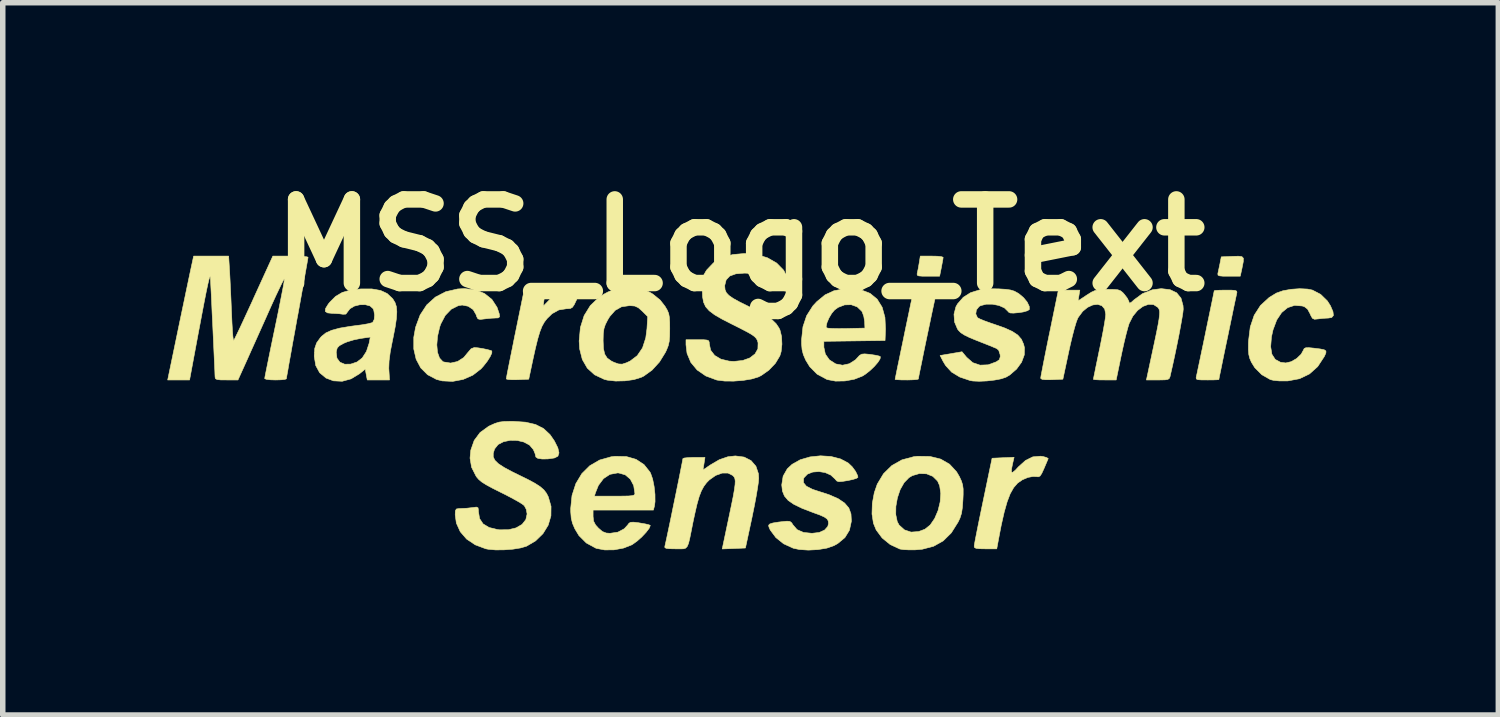
<source format=kicad_pcb>
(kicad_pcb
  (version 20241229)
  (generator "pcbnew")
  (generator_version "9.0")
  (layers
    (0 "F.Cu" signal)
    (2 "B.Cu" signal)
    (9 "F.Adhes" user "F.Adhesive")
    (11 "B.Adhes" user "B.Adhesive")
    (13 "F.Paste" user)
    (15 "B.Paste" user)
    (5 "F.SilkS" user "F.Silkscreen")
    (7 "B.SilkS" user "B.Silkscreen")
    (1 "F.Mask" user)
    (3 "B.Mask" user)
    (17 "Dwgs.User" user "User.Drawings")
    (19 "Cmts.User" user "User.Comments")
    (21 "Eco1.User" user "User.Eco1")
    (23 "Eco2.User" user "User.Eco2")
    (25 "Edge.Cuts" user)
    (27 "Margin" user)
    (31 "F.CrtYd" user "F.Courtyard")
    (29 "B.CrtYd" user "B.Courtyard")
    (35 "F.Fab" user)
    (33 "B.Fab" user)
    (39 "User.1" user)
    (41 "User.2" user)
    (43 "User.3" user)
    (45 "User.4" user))
  (footprint "MSS_Logo_Text"
    (layer "F.Cu")
    (at 10.437 1.418)
    (property "Reference" "MSS_Logo_Text" (at 0 0 0) (layer "F.SilkS") (effects (font (size 1.524 1.524) (thickness 0.3))))
    (attr through_hole)
    (fp_poly (pts (xy 9.141 0.208) (xy 9.168 0.237) (xy 9.166 0.3) (xy 9.145 0.406) (xy 9.142 0.422) (xy 9.111 0.564) (xy 8.901 0.564) (xy 8.794 0.564) (xy 8.733 0.558) (xy 8.706 0.546) (xy 8.702 0.521) (xy 8.706 0.501) (xy 8.721 0.431) (xy 8.74 0.341) (xy 8.743 0.325) (xy 8.765 0.212) (xy 8.969 0.203) (xy 9.078 0.2) (xy 9.141 0.208)) (stroke (width 0.01) (type solid)) (fill yes) (layer "F.SilkS"))
    (fp_poly (pts (xy 3.589 0.2) (xy 3.663 0.208) (xy 3.696 0.219) (xy 3.697 0.221) (xy 3.692 0.26) (xy 3.678 0.335) (xy 3.665 0.405) (xy 3.633 0.564) (xy 3.422 0.564) (xy 3.315 0.564) (xy 3.253 0.559) (xy 3.226 0.546) (xy 3.223 0.522) (xy 3.227 0.501) (xy 3.242 0.432) (xy 3.258 0.341) (xy 3.262 0.318) (xy 3.281 0.198) (xy 3.489 0.198) (xy 3.589 0.2)) (stroke (width 0.01) (type solid)) (fill yes) (layer "F.SilkS"))
    (fp_poly (pts (xy -2.99 0.796) (xy -2.943 0.818) (xy -2.935 0.865) (xy -2.962 0.947) (xy -2.983 0.996) (xy -3.025 1.084) (xy -3.058 1.132) (xy -3.096 1.153) (xy -3.153 1.157) (xy -3.166 1.157) (xy -3.305 1.179) (xy -3.429 1.248) (xy -3.52 1.337) (xy -3.569 1.401) (xy -3.612 1.478) (xy -3.651 1.578) (xy -3.69 1.709) (xy -3.732 1.879) (xy -3.776 2.078) (xy -3.853 2.441) (xy -4.057 2.45) (xy -4.156 2.451) (xy -4.229 2.446) (xy -4.262 2.437) (xy -4.262 2.435) (xy -4.257 2.403) (xy -4.242 2.322) (xy -4.218 2.201) (xy -4.187 2.046) (xy -4.15 1.864) (xy -4.11 1.662) (xy -4.1 1.616) (xy -3.937 0.819) (xy -3.744 0.818) (xy -3.551 0.818) (xy -3.571 0.966) (xy -3.591 1.113) (xy -3.461 0.979) (xy -3.354 0.88) (xy -3.258 0.821) (xy -3.157 0.795) (xy -3.081 0.791) (xy -2.99 0.796)) (stroke (width 0.01) (type solid)) (fill yes) (layer "F.SilkS"))
    (fp_poly (pts (xy 3.483 0.82) (xy 3.545 0.826) (xy 3.572 0.838) (xy 3.575 0.861) (xy 3.573 0.868) (xy 3.564 0.907) (xy 3.545 0.991) (xy 3.519 1.112) (xy 3.487 1.261) (xy 3.452 1.43) (xy 3.414 1.609) (xy 3.376 1.791) (xy 3.34 1.965) (xy 3.308 2.125) (xy 3.28 2.26) (xy 3.259 2.363) (xy 3.248 2.425) (xy 3.246 2.438) (xy 3.22 2.446) (xy 3.151 2.452) (xy 3.054 2.455) (xy 3.034 2.455) (xy 2.933 2.454) (xy 2.858 2.45) (xy 2.823 2.445) (xy 2.822 2.444) (xy 2.828 2.415) (xy 2.843 2.339) (xy 2.866 2.225) (xy 2.896 2.082) (xy 2.93 1.917) (xy 2.967 1.741) (xy 3.004 1.56) (xy 3.041 1.384) (xy 3.075 1.222) (xy 3.104 1.081) (xy 3.128 0.971) (xy 3.143 0.9) (xy 3.147 0.882) (xy 3.159 0.85) (xy 3.184 0.831) (xy 3.236 0.821) (xy 3.326 0.819) (xy 3.375 0.818) (xy 3.483 0.82)) (stroke (width 0.01) (type solid)) (fill yes) (layer "F.SilkS"))
    (fp_poly (pts (xy 8.956 0.819) (xy 9.018 0.824) (xy 9.046 0.837) (xy 9.05 0.861) (xy 9.045 0.882) (xy 9.036 0.926) (xy 9.017 1.014) (xy 8.991 1.137) (xy 8.96 1.288) (xy 8.925 1.456) (xy 8.888 1.635) (xy 8.85 1.815) (xy 8.814 1.988) (xy 8.782 2.145) (xy 8.755 2.278) (xy 8.734 2.378) (xy 8.723 2.436) (xy 8.721 2.448) (xy 8.695 2.451) (xy 8.626 2.454) (xy 8.529 2.455) (xy 8.508 2.455) (xy 8.401 2.454) (xy 8.339 2.45) (xy 8.311 2.437) (xy 8.307 2.413) (xy 8.311 2.392) (xy 8.322 2.343) (xy 8.341 2.252) (xy 8.368 2.125) (xy 8.4 1.972) (xy 8.436 1.802) (xy 8.473 1.623) (xy 8.51 1.443) (xy 8.546 1.271) (xy 8.578 1.116) (xy 8.605 0.987) (xy 8.624 0.891) (xy 8.635 0.838) (xy 8.636 0.83) (xy 8.662 0.824) (xy 8.731 0.82) (xy 8.828 0.818) (xy 8.848 0.818) (xy 8.956 0.819)) (stroke (width 0.01) (type solid)) (fill yes) (layer "F.SilkS"))
    (fp_poly (pts (xy 5.517 3.85) (xy 5.581 3.868) (xy 5.611 3.886) (xy 5.611 3.89) (xy 5.596 3.925) (xy 5.566 3.996) (xy 5.534 4.071) (xy 5.493 4.16) (xy 5.462 4.206) (xy 5.43 4.22) (xy 5.401 4.216) (xy 5.331 4.214) (xy 5.246 4.23) (xy 5.238 4.232) (xy 5.139 4.275) (xy 5.054 4.334) (xy 4.982 4.417) (xy 4.919 4.528) (xy 4.863 4.675) (xy 4.81 4.862) (xy 4.757 5.096) (xy 4.723 5.271) (xy 4.674 5.532) (xy 4.468 5.532) (xy 4.36 5.53) (xy 4.298 5.523) (xy 4.269 5.508) (xy 4.263 5.482) (xy 4.269 5.442) (xy 4.285 5.355) (xy 4.31 5.228) (xy 4.342 5.068) (xy 4.38 4.883) (xy 4.422 4.681) (xy 4.427 4.657) (xy 4.589 3.881) (xy 4.789 3.872) (xy 4.99 3.864) (xy 4.965 3.971) (xy 4.943 4.078) (xy 4.942 4.133) (xy 4.964 4.139) (xy 5.014 4.098) (xy 5.068 4.039) (xy 5.199 3.921) (xy 5.331 3.856) (xy 5.471 3.844) (xy 5.517 3.85)) (stroke (width 0.01) (type solid)) (fill yes) (layer "F.SilkS"))
    (fp_poly (pts (xy -4.827 0.813) (xy -4.659 0.88) (xy -4.525 0.987) (xy -4.431 1.131) (xy -4.391 1.249) (xy -4.384 1.304) (xy -4.41 1.324) (xy -4.455 1.326) (xy -4.535 1.33) (xy -4.635 1.34) (xy -4.66 1.343) (xy -4.738 1.352) (xy -4.778 1.342) (xy -4.8 1.304) (xy -4.812 1.266) (xy -4.866 1.173) (xy -4.956 1.112) (xy -5.065 1.09) (xy -5.136 1.101) (xy -5.266 1.166) (xy -5.375 1.28) (xy -5.457 1.436) (xy -5.476 1.491) (xy -5.515 1.659) (xy -5.528 1.816) (xy -5.516 1.951) (xy -5.479 2.055) (xy -5.42 2.119) (xy -5.403 2.127) (xy -5.277 2.147) (xy -5.151 2.119) (xy -5.038 2.047) (xy -4.968 1.962) (xy -4.903 1.886) (xy -4.845 1.864) (xy -4.775 1.87) (xy -4.688 1.884) (xy -4.604 1.902) (xy -4.543 1.919) (xy -4.526 1.927) (xy -4.526 1.964) (xy -4.556 2.03) (xy -4.609 2.114) (xy -4.678 2.202) (xy -4.722 2.251) (xy -4.871 2.367) (xy -5.048 2.445) (xy -5.239 2.481) (xy -5.429 2.472) (xy -5.535 2.445) (xy -5.697 2.359) (xy -5.821 2.235) (xy -5.905 2.077) (xy -5.948 1.89) (xy -5.948 1.679) (xy -5.915 1.495) (xy -5.832 1.271) (xy -5.711 1.087) (xy -5.554 0.945) (xy -5.365 0.847) (xy -5.148 0.797) (xy -5.026 0.79) (xy -4.827 0.813)) (stroke (width 0.01) (type solid)) (fill yes) (layer "F.SilkS"))
    (fp_poly (pts (xy 3.459 3.849) (xy 3.653 3.897) (xy 3.814 3.99) (xy 3.941 4.127) (xy 3.994 4.217) (xy 4.031 4.298) (xy 4.052 4.366) (xy 4.062 4.441) (xy 4.062 4.541) (xy 4.058 4.636) (xy 4.048 4.778) (xy 4.032 4.884) (xy 4.004 4.972) (xy 3.97 5.044) (xy 3.846 5.241) (xy 3.698 5.387) (xy 3.523 5.485) (xy 3.317 5.539) (xy 3.193 5.55) (xy 3.078 5.551) (xy 2.977 5.546) (xy 2.911 5.536) (xy 2.907 5.535) (xy 2.732 5.453) (xy 2.586 5.334) (xy 2.477 5.187) (xy 2.427 5.065) (xy 2.403 4.908) (xy 2.834 4.908) (xy 2.861 5.036) (xy 2.895 5.099) (xy 2.993 5.187) (xy 3.113 5.227) (xy 3.251 5.217) (xy 3.366 5.174) (xy 3.462 5.097) (xy 3.543 4.979) (xy 3.605 4.834) (xy 3.643 4.677) (xy 3.654 4.522) (xy 3.634 4.383) (xy 3.596 4.297) (xy 3.509 4.211) (xy 3.395 4.165) (xy 3.266 4.16) (xy 3.136 4.198) (xy 3.074 4.235) (xy 2.986 4.326) (xy 2.914 4.453) (xy 2.864 4.602) (xy 2.836 4.759) (xy 2.834 4.908) (xy 2.403 4.908) (xy 2.401 4.896) (xy 2.407 4.703) (xy 2.443 4.509) (xy 2.497 4.353) (xy 2.611 4.163) (xy 2.762 4.015) (xy 2.946 3.911) (xy 3.162 3.853) (xy 3.233 3.845) (xy 3.459 3.849)) (stroke (width 0.01) (type solid)) (fill yes) (layer "F.SilkS"))
    (fp_poly (pts (xy 10.338 0.799) (xy 10.425 0.817) (xy 10.575 0.895) (xy 10.698 1.015) (xy 10.754 1.103) (xy 10.8 1.21) (xy 10.808 1.28) (xy 10.777 1.317) (xy 10.717 1.327) (xy 10.621 1.332) (xy 10.527 1.343) (xy 10.464 1.349) (xy 10.426 1.332) (xy 10.396 1.279) (xy 10.381 1.245) (xy 10.337 1.164) (xy 10.28 1.12) (xy 10.24 1.107) (xy 10.101 1.096) (xy 9.975 1.137) (xy 9.865 1.227) (xy 9.775 1.362) (xy 9.708 1.541) (xy 9.679 1.671) (xy 9.665 1.849) (xy 9.687 1.986) (xy 9.748 2.081) (xy 9.845 2.133) (xy 9.94 2.145) (xy 10.038 2.122) (xy 10.139 2.064) (xy 10.221 1.985) (xy 10.26 1.914) (xy 10.276 1.882) (xy 10.306 1.868) (xy 10.364 1.867) (xy 10.447 1.875) (xy 10.567 1.89) (xy 10.64 1.905) (xy 10.672 1.927) (xy 10.671 1.963) (xy 10.647 2.018) (xy 10.64 2.031) (xy 10.521 2.212) (xy 10.372 2.345) (xy 10.191 2.432) (xy 9.979 2.472) (xy 9.948 2.473) (xy 9.826 2.473) (xy 9.717 2.462) (xy 9.659 2.448) (xy 9.504 2.36) (xy 9.376 2.232) (xy 9.314 2.132) (xy 9.283 2.06) (xy 9.266 1.99) (xy 9.259 1.903) (xy 9.26 1.782) (xy 9.262 1.742) (xy 9.293 1.49) (xy 9.365 1.276) (xy 9.48 1.097) (xy 9.638 0.952) (xy 9.771 0.871) (xy 9.887 0.83) (xy 10.036 0.803) (xy 10.193 0.792) (xy 10.338 0.799)) (stroke (width 0.01) (type solid)) (fill yes) (layer "F.SilkS"))
    (fp_poly (pts (xy 0.071 3.86) (xy 0.197 3.924) (xy 0.286 4.027) (xy 0.332 4.164) (xy 0.337 4.247) (xy 0.331 4.319) (xy 0.314 4.434) (xy 0.289 4.582) (xy 0.257 4.752) (xy 0.22 4.932) (xy 0.216 4.953) (xy 0.095 5.517) (xy -0.117 5.526) (xy -0.328 5.534) (xy -0.207 4.961) (xy -0.162 4.746) (xy -0.128 4.579) (xy -0.106 4.453) (xy -0.094 4.362) (xy -0.091 4.297) (xy -0.097 4.253) (xy -0.112 4.222) (xy -0.134 4.197) (xy -0.136 4.195) (xy -0.224 4.151) (xy -0.331 4.152) (xy -0.447 4.194) (xy -0.562 4.275) (xy -0.614 4.328) (xy -0.664 4.395) (xy -0.708 4.476) (xy -0.748 4.58) (xy -0.787 4.717) (xy -0.828 4.895) (xy -0.859 5.039) (xy -0.894 5.216) (xy -0.92 5.344) (xy -0.942 5.433) (xy -0.966 5.489) (xy -0.994 5.519) (xy -1.033 5.531) (xy -1.088 5.533) (xy -1.161 5.532) (xy -1.176 5.532) (xy -1.284 5.53) (xy -1.345 5.524) (xy -1.372 5.511) (xy -1.374 5.488) (xy -1.372 5.482) (xy -1.363 5.441) (xy -1.344 5.356) (xy -1.318 5.233) (xy -1.286 5.082) (xy -1.251 4.913) (xy -1.214 4.732) (xy -1.176 4.549) (xy -1.14 4.372) (xy -1.107 4.211) (xy -1.08 4.073) (xy -1.059 3.968) (xy -1.047 3.903) (xy -1.044 3.887) (xy -1.018 3.877) (xy -0.95 3.87) (xy -0.854 3.866) (xy -0.843 3.866) (xy -0.642 3.866) (xy -0.66 3.981) (xy -0.679 4.096) (xy -0.545 4.004) (xy -0.379 3.907) (xy -0.224 3.854) (xy -0.089 3.839) (xy 0.071 3.86)) (stroke (width 0.01) (type solid)) (fill yes) (layer "F.SilkS"))
    (fp_poly (pts (xy 2.199 0.812) (xy 2.366 0.877) (xy 2.495 0.983) (xy 2.586 1.13) (xy 2.637 1.315) (xy 2.647 1.528) (xy 2.639 1.736) (xy 1.524 1.751) (xy 1.524 1.859) (xy 1.551 1.984) (xy 1.625 2.089) (xy 1.741 2.163) (xy 1.864 2.186) (xy 1.989 2.159) (xy 2.1 2.088) (xy 2.129 2.057) (xy 2.173 2.009) (xy 2.213 1.985) (xy 2.268 1.98) (xy 2.358 1.988) (xy 2.371 1.99) (xy 2.463 2.004) (xy 2.53 2.019) (xy 2.554 2.031) (xy 2.548 2.071) (xy 2.508 2.134) (xy 2.443 2.209) (xy 2.363 2.285) (xy 2.279 2.351) (xy 2.228 2.383) (xy 2.078 2.442) (xy 1.908 2.473) (xy 1.737 2.476) (xy 1.588 2.448) (xy 1.573 2.442) (xy 1.401 2.349) (xy 1.267 2.214) (xy 1.193 2.093) (xy 1.15 1.993) (xy 1.127 1.903) (xy 1.118 1.797) (xy 1.118 1.722) (xy 1.143 1.487) (xy 1.146 1.477) (xy 1.566 1.477) (xy 1.571 1.504) (xy 1.603 1.512) (xy 1.68 1.517) (xy 1.79 1.519) (xy 1.923 1.518) (xy 1.928 1.518) (xy 2.272 1.51) (xy 2.267 1.392) (xy 2.252 1.298) (xy 2.223 1.217) (xy 2.216 1.204) (xy 2.132 1.123) (xy 2.023 1.084) (xy 1.902 1.087) (xy 1.783 1.133) (xy 1.719 1.18) (xy 1.666 1.243) (xy 1.617 1.326) (xy 1.581 1.41) (xy 1.566 1.477) (xy 1.146 1.477) (xy 1.21 1.285) (xy 1.323 1.107) (xy 1.395 1.029) (xy 1.545 0.905) (xy 1.709 0.829) (xy 1.899 0.794) (xy 1.996 0.79) (xy 2.199 0.812)) (stroke (width 0.01) (type solid)) (fill yes) (layer "F.SilkS"))
    (fp_poly (pts (xy -1.894 0.805) (xy -1.8 0.81) (xy -1.731 0.822) (xy -1.674 0.844) (xy -1.612 0.878) (xy -1.593 0.89) (xy -1.459 0.999) (xy -1.37 1.113) (xy -1.329 1.183) (xy -1.304 1.243) (xy -1.291 1.312) (xy -1.285 1.406) (xy -1.284 1.522) (xy -1.286 1.657) (xy -1.294 1.754) (xy -1.312 1.832) (xy -1.343 1.91) (xy -1.363 1.952) (xy -1.471 2.127) (xy -1.606 2.275) (xy -1.757 2.384) (xy -1.802 2.406) (xy -1.936 2.448) (xy -2.1 2.471) (xy -2.27 2.475) (xy -2.422 2.458) (xy -2.477 2.444) (xy -2.653 2.361) (xy -2.786 2.24) (xy -2.877 2.082) (xy -2.926 1.888) (xy -2.935 1.746) (xy -2.934 1.74) (xy -2.498 1.74) (xy -2.492 1.884) (xy -2.469 1.985) (xy -2.424 2.056) (xy -2.349 2.11) (xy -2.3 2.134) (xy -2.219 2.163) (xy -2.15 2.167) (xy -2.073 2.142) (xy -2.005 2.11) (xy -1.876 2.012) (xy -1.78 1.871) (xy -1.721 1.689) (xy -1.699 1.521) (xy -1.686 1.3) (xy -1.786 1.2) (xy -1.857 1.138) (xy -1.922 1.108) (xy -2.009 1.101) (xy -2.019 1.101) (xy -2.161 1.121) (xy -2.278 1.186) (xy -2.378 1.3) (xy -2.415 1.361) (xy -2.458 1.446) (xy -2.483 1.522) (xy -2.495 1.611) (xy -2.498 1.733) (xy -2.498 1.74) (xy -2.934 1.74) (xy -2.912 1.499) (xy -2.844 1.283) (xy -2.731 1.1) (xy -2.576 0.951) (xy -2.484 0.892) (xy -2.41 0.852) (xy -2.347 0.827) (xy -2.279 0.813) (xy -2.19 0.806) (xy -2.063 0.804) (xy -2.03 0.804) (xy -1.894 0.805)) (stroke (width 0.01) (type solid)) (fill yes) (layer "F.SilkS"))
    (fp_poly (pts (xy -2.073 3.851) (xy -1.897 3.902) (xy -1.753 3.997) (xy -1.644 4.134) (xy -1.632 4.157) (xy -1.596 4.26) (xy -1.569 4.395) (xy -1.553 4.54) (xy -1.552 4.673) (xy -1.563 4.753) (xy -1.582 4.826) (xy -2.681 4.826) (xy -2.681 4.942) (xy -2.672 5.027) (xy -2.636 5.096) (xy -2.585 5.153) (xy -2.511 5.217) (xy -2.441 5.244) (xy -2.372 5.249) (xy -2.229 5.228) (xy -2.113 5.166) (xy -2.053 5.101) (xy -2.026 5.065) (xy -1.995 5.048) (xy -1.944 5.046) (xy -1.857 5.056) (xy -1.823 5.062) (xy -1.729 5.078) (xy -1.663 5.094) (xy -1.638 5.106) (xy -1.66 5.159) (xy -1.716 5.232) (xy -1.792 5.313) (xy -1.878 5.39) (xy -1.96 5.449) (xy -1.976 5.459) (xy -2.126 5.518) (xy -2.298 5.55) (xy -2.469 5.552) (xy -2.618 5.524) (xy -2.632 5.519) (xy -2.804 5.425) (xy -2.939 5.29) (xy -3.012 5.169) (xy -3.056 5.067) (xy -3.079 4.973) (xy -3.088 4.862) (xy -3.089 4.798) (xy -3.066 4.572) (xy -2.657 4.572) (xy -2.288 4.572) (xy -2.137 4.571) (xy -2.034 4.569) (xy -1.969 4.563) (xy -1.934 4.552) (xy -1.921 4.536) (xy -1.919 4.523) (xy -1.941 4.379) (xy -2.002 4.263) (xy -2.094 4.184) (xy -2.212 4.15) (xy -2.236 4.149) (xy -2.375 4.175) (xy -2.491 4.252) (xy -2.584 4.376) (xy -2.637 4.508) (xy -2.657 4.572) (xy -3.066 4.572) (xy -3.064 4.557) (xy -2.995 4.344) (xy -2.886 4.162) (xy -2.741 4.018) (xy -2.562 3.914) (xy -2.353 3.855) (xy -2.279 3.846) (xy -2.073 3.851)) (stroke (width 0.01) (type solid)) (fill yes) (layer "F.SilkS"))
    (fp_poly (pts (xy 1.653 3.849) (xy 1.828 3.894) (xy 1.969 3.969) (xy 2.041 4.038) (xy 2.102 4.121) (xy 2.139 4.198) (xy 2.145 4.229) (xy 2.119 4.247) (xy 2.052 4.268) (xy 1.959 4.288) (xy 1.958 4.288) (xy 1.858 4.304) (xy 1.797 4.308) (xy 1.762 4.297) (xy 1.736 4.27) (xy 1.729 4.26) (xy 1.651 4.188) (xy 1.547 4.142) (xy 1.433 4.124) (xy 1.321 4.133) (xy 1.226 4.17) (xy 1.163 4.235) (xy 1.154 4.255) (xy 1.153 4.327) (xy 1.206 4.391) (xy 1.315 4.447) (xy 1.403 4.476) (xy 1.619 4.546) (xy 1.784 4.618) (xy 1.902 4.698) (xy 1.979 4.788) (xy 2.018 4.895) (xy 2.025 5.021) (xy 2.025 5.03) (xy 1.99 5.192) (xy 1.908 5.326) (xy 1.777 5.435) (xy 1.707 5.474) (xy 1.578 5.519) (xy 1.415 5.546) (xy 1.241 5.555) (xy 1.076 5.544) (xy 0.965 5.52) (xy 0.791 5.44) (xy 0.649 5.326) (xy 0.547 5.189) (xy 0.522 5.132) (xy 0.518 5.101) (xy 0.539 5.079) (xy 0.595 5.061) (xy 0.694 5.045) (xy 0.763 5.037) (xy 0.853 5.028) (xy 0.905 5.033) (xy 0.936 5.056) (xy 0.96 5.094) (xy 1.036 5.182) (xy 1.152 5.233) (xy 1.307 5.249) (xy 1.438 5.234) (xy 1.537 5.19) (xy 1.596 5.124) (xy 1.609 5.067) (xy 1.603 5.021) (xy 1.58 4.985) (xy 1.531 4.951) (xy 1.445 4.913) (xy 1.326 4.87) (xy 1.128 4.794) (xy 0.979 4.722) (xy 0.874 4.65) (xy 0.806 4.57) (xy 0.769 4.479) (xy 0.757 4.37) (xy 0.757 4.364) (xy 0.782 4.207) (xy 0.857 4.075) (xy 0.944 3.993) (xy 1.093 3.909) (xy 1.271 3.857) (xy 1.463 3.837) (xy 1.653 3.849)) (stroke (width 0.01) (type solid)) (fill yes) (layer "F.SilkS"))
    (fp_poly (pts (xy 4.703 0.795) (xy 4.834 0.803) (xy 4.926 0.816) (xy 4.995 0.837) (xy 5.058 0.872) (xy 5.076 0.883) (xy 5.161 0.954) (xy 5.228 1.035) (xy 5.266 1.114) (xy 5.268 1.171) (xy 5.233 1.194) (xy 5.156 1.216) (xy 5.078 1.228) (xy 4.978 1.237) (xy 4.919 1.234) (xy 4.887 1.217) (xy 4.877 1.203) (xy 4.814 1.142) (xy 4.715 1.098) (xy 4.598 1.075) (xy 4.48 1.075) (xy 4.38 1.101) (xy 4.353 1.116) (xy 4.303 1.178) (xy 4.292 1.252) (xy 4.321 1.317) (xy 4.329 1.324) (xy 4.372 1.346) (xy 4.455 1.38) (xy 4.563 1.419) (xy 4.632 1.442) (xy 4.819 1.508) (xy 4.958 1.571) (xy 5.057 1.637) (xy 5.123 1.713) (xy 5.163 1.803) (xy 5.179 1.868) (xy 5.176 1.998) (xy 5.126 2.132) (xy 5.035 2.257) (xy 4.911 2.364) (xy 4.841 2.405) (xy 4.755 2.434) (xy 4.633 2.457) (xy 4.494 2.473) (xy 4.356 2.479) (xy 4.24 2.474) (xy 4.191 2.466) (xy 3.999 2.401) (xy 3.852 2.312) (xy 3.743 2.193) (xy 3.696 2.115) (xy 3.642 2.009) (xy 4.041 1.941) (xy 4.125 2.042) (xy 4.237 2.14) (xy 4.37 2.185) (xy 4.518 2.179) (xy 4.665 2.125) (xy 4.722 2.086) (xy 4.738 2.031) (xy 4.736 1.995) (xy 4.71 1.914) (xy 4.671 1.881) (xy 4.622 1.861) (xy 4.535 1.825) (xy 4.421 1.78) (xy 4.319 1.74) (xy 4.18 1.683) (xy 4.084 1.636) (xy 4.019 1.594) (xy 3.975 1.549) (xy 3.959 1.527) (xy 3.905 1.399) (xy 3.895 1.257) (xy 3.93 1.122) (xy 3.959 1.07) (xy 4.064 0.949) (xy 4.197 0.865) (xy 4.363 0.813) (xy 4.569 0.794) (xy 4.703 0.795)) (stroke (width 0.01) (type solid)) (fill yes) (layer "F.SilkS"))
    (fp_poly (pts (xy -6.709 0.797) (xy -6.554 0.824) (xy -6.433 0.88) (xy -6.339 0.968) (xy -6.329 0.98) (xy -6.289 1.045) (xy -6.265 1.119) (xy -6.257 1.213) (xy -6.264 1.333) (xy -6.287 1.489) (xy -6.326 1.689) (xy -6.335 1.731) (xy -6.376 1.941) (xy -6.398 2.108) (xy -6.403 2.243) (xy -6.401 2.274) (xy -6.39 2.455) (xy -6.795 2.455) (xy -6.814 2.356) (xy -6.832 2.257) (xy -6.939 2.343) (xy -7.091 2.435) (xy -7.252 2.479) (xy -7.411 2.471) (xy -7.547 2.42) (xy -7.663 2.323) (xy -7.734 2.192) (xy -7.761 2.027) (xy -7.761 2.009) (xy -7.757 1.953) (xy -7.361 1.953) (xy -7.348 2.058) (xy -7.294 2.131) (xy -7.207 2.168) (xy -7.096 2.166) (xy -6.981 2.127) (xy -6.886 2.053) (xy -6.81 1.935) (xy -6.761 1.785) (xy -6.759 1.774) (xy -6.74 1.673) (xy -6.919 1.699) (xy -7.04 1.724) (xy -7.16 1.76) (xy -7.225 1.787) (xy -7.303 1.83) (xy -7.342 1.871) (xy -7.358 1.928) (xy -7.361 1.953) (xy -7.757 1.953) (xy -7.752 1.88) (xy -7.718 1.78) (xy -7.649 1.684) (xy -7.626 1.659) (xy -7.55 1.598) (xy -7.442 1.549) (xy -7.296 1.51) (xy -7.104 1.478) (xy -7.013 1.466) (xy -6.89 1.45) (xy -6.787 1.432) (xy -6.716 1.414) (xy -6.696 1.405) (xy -6.669 1.352) (xy -6.662 1.272) (xy -6.676 1.188) (xy -6.689 1.156) (xy -6.745 1.106) (xy -6.832 1.083) (xy -6.934 1.085) (xy -7.033 1.11) (xy -7.112 1.158) (xy -7.147 1.204) (xy -7.185 1.255) (xy -7.237 1.258) (xy -7.301 1.249) (xy -7.391 1.243) (xy -7.429 1.242) (xy -7.519 1.233) (xy -7.561 1.205) (xy -7.555 1.152) (xy -7.504 1.07) (xy -7.476 1.036) (xy -7.371 0.931) (xy -7.25 0.86) (xy -7.1 0.817) (xy -6.909 0.796) (xy -6.907 0.796) (xy -6.709 0.797)) (stroke (width 0.01) (type solid)) (fill yes) (layer "F.SilkS"))
    (fp_poly (pts (xy 0.284 0.169) (xy 0.494 0.228) (xy 0.664 0.325) (xy 0.792 0.456) (xy 0.876 0.622) (xy 0.89 0.669) (xy 0.909 0.748) (xy 0.92 0.799) (xy 0.921 0.809) (xy 0.893 0.812) (xy 0.823 0.817) (xy 0.725 0.822) (xy 0.709 0.823) (xy 0.501 0.832) (xy 0.469 0.734) (xy 0.406 0.624) (xy 0.3 0.549) (xy 0.156 0.512) (xy 0.079 0.508) (xy -0.079 0.521) (xy -0.19 0.561) (xy -0.256 0.631) (xy -0.282 0.732) (xy -0.282 0.752) (xy -0.276 0.812) (xy -0.253 0.865) (xy -0.206 0.915) (xy -0.129 0.969) (xy -0.013 1.033) (xy 0.148 1.113) (xy 0.151 1.114) (xy 0.337 1.207) (xy 0.478 1.287) (xy 0.581 1.359) (xy 0.654 1.43) (xy 0.704 1.504) (xy 0.724 1.544) (xy 0.753 1.662) (xy 0.76 1.803) (xy 0.745 1.941) (xy 0.722 2.016) (xy 0.641 2.151) (xy 0.522 2.276) (xy 0.383 2.374) (xy 0.331 2.4) (xy 0.209 2.437) (xy 0.053 2.463) (xy -0.118 2.476) (xy -0.281 2.475) (xy -0.417 2.458) (xy -0.431 2.455) (xy -0.627 2.382) (xy -0.785 2.273) (xy -0.9 2.135) (xy -0.969 1.97) (xy -0.988 1.813) (xy -0.988 1.722) (xy -0.776 1.722) (xy -0.668 1.722) (xy -0.605 1.728) (xy -0.575 1.741) (xy -0.565 1.767) (xy -0.564 1.794) (xy -0.539 1.913) (xy -0.466 2.008) (xy -0.352 2.076) (xy -0.201 2.112) (xy -0.113 2.117) (xy 0.046 2.1) (xy 0.176 2.053) (xy 0.27 1.98) (xy 0.322 1.888) (xy 0.325 1.781) (xy 0.325 1.778) (xy 0.313 1.735) (xy 0.293 1.699) (xy 0.259 1.663) (xy 0.202 1.623) (xy 0.115 1.574) (xy -0.008 1.51) (xy -0.15 1.439) (xy -0.332 1.346) (xy -0.468 1.267) (xy -0.565 1.194) (xy -0.63 1.121) (xy -0.668 1.038) (xy -0.686 0.939) (xy -0.691 0.816) (xy -0.691 0.804) (xy -0.69 0.684) (xy -0.681 0.602) (xy -0.662 0.539) (xy -0.628 0.478) (xy -0.607 0.447) (xy -0.486 0.32) (xy -0.326 0.227) (xy -0.136 0.17) (xy 0.077 0.151) (xy 0.284 0.169)) (stroke (width 0.01) (type solid)) (fill yes) (layer "F.SilkS"))
    (fp_poly (pts (xy -4.138 3.209) (xy -3.912 3.224) (xy -3.73 3.266) (xy -3.584 3.34) (xy -3.466 3.45) (xy -3.386 3.566) (xy -3.323 3.692) (xy -3.302 3.784) (xy -3.322 3.844) (xy -3.384 3.876) (xy -3.39 3.877) (xy -3.508 3.894) (xy -3.611 3.895) (xy -3.688 3.883) (xy -3.724 3.858) (xy -3.725 3.851) (xy -3.738 3.797) (xy -3.768 3.725) (xy -3.77 3.722) (xy -3.839 3.641) (xy -3.942 3.586) (xy -4.064 3.557) (xy -4.192 3.555) (xy -4.312 3.58) (xy -4.411 3.631) (xy -4.474 3.71) (xy -4.476 3.714) (xy -4.5 3.791) (xy -4.5 3.858) (xy -4.469 3.92) (xy -4.404 3.983) (xy -4.299 4.051) (xy -4.149 4.131) (xy -4.035 4.187) (xy -3.864 4.271) (xy -3.736 4.34) (xy -3.644 4.4) (xy -3.578 4.457) (xy -3.531 4.518) (xy -3.497 4.584) (xy -3.447 4.757) (xy -3.449 4.932) (xy -3.499 5.101) (xy -3.594 5.255) (xy -3.729 5.387) (xy -3.894 5.484) (xy -3.999 5.515) (xy -4.14 5.538) (xy -4.298 5.55) (xy -4.454 5.552) (xy -4.588 5.54) (xy -4.636 5.531) (xy -4.828 5.459) (xy -4.985 5.354) (xy -5.101 5.22) (xy -5.172 5.063) (xy -5.193 4.912) (xy -5.19 4.839) (xy -5.172 4.806) (xy -5.123 4.798) (xy -5.087 4.797) (xy -4.982 4.792) (xy -4.876 4.78) (xy -4.875 4.78) (xy -4.807 4.771) (xy -4.777 4.784) (xy -4.77 4.829) (xy -4.77 4.852) (xy -4.749 4.981) (xy -4.685 5.077) (xy -4.576 5.143) (xy -4.42 5.181) (xy -4.389 5.185) (xy -4.224 5.184) (xy -4.084 5.15) (xy -3.975 5.087) (xy -3.906 4.999) (xy -3.883 4.897) (xy -3.898 4.813) (xy -3.934 4.745) (xy -3.934 4.745) (xy -3.977 4.712) (xy -4.06 4.662) (xy -4.173 4.6) (xy -4.306 4.531) (xy -4.363 4.503) (xy -4.518 4.425) (xy -4.63 4.364) (xy -4.709 4.314) (xy -4.764 4.268) (xy -4.804 4.221) (xy -4.814 4.206) (xy -4.895 4.045) (xy -4.923 3.879) (xy -4.909 3.734) (xy -4.847 3.557) (xy -4.74 3.413) (xy -4.586 3.301) (xy -4.556 3.286) (xy -4.469 3.247) (xy -4.392 3.223) (xy -4.305 3.212) (xy -4.187 3.209) (xy -4.138 3.209)) (stroke (width 0.01) (type solid)) (fill yes) (layer "F.SilkS"))
    (fp_poly (pts (xy 7.832 0.81) (xy 7.952 0.867) (xy 8.031 0.964) (xy 8.068 1.099) (xy 8.072 1.164) (xy 8.066 1.224) (xy 8.049 1.331) (xy 8.024 1.472) (xy 7.993 1.639) (xy 7.956 1.822) (xy 7.917 2.01) (xy 7.877 2.194) (xy 7.838 2.364) (xy 7.832 2.392) (xy 7.819 2.425) (xy 7.793 2.444) (xy 7.741 2.453) (xy 7.648 2.455) (xy 7.609 2.455) (xy 7.401 2.455) (xy 7.496 2.011) (xy 7.546 1.778) (xy 7.585 1.593) (xy 7.613 1.451) (xy 7.631 1.345) (xy 7.64 1.268) (xy 7.642 1.215) (xy 7.636 1.178) (xy 7.624 1.152) (xy 7.607 1.13) (xy 7.53 1.081) (xy 7.437 1.078) (xy 7.337 1.115) (xy 7.24 1.188) (xy 7.154 1.292) (xy 7.088 1.422) (xy 7.087 1.423) (xy 7.063 1.501) (xy 7.031 1.621) (xy 6.995 1.769) (xy 6.959 1.931) (xy 6.942 2.011) (xy 6.85 2.455) (xy 6.642 2.455) (xy 6.542 2.454) (xy 6.468 2.45) (xy 6.435 2.444) (xy 6.435 2.443) (xy 6.44 2.413) (xy 6.456 2.336) (xy 6.479 2.221) (xy 6.509 2.077) (xy 6.543 1.912) (xy 6.548 1.891) (xy 6.583 1.717) (xy 6.614 1.557) (xy 6.638 1.421) (xy 6.654 1.318) (xy 6.66 1.26) (xy 6.66 1.259) (xy 6.641 1.162) (xy 6.589 1.102) (xy 6.514 1.078) (xy 6.425 1.088) (xy 6.33 1.131) (xy 6.24 1.205) (xy 6.162 1.31) (xy 6.148 1.334) (xy 6.123 1.4) (xy 6.09 1.509) (xy 6.053 1.65) (xy 6.014 1.812) (xy 5.985 1.945) (xy 5.879 2.441) (xy 5.677 2.45) (xy 5.565 2.451) (xy 5.501 2.444) (xy 5.476 2.427) (xy 5.475 2.421) (xy 5.48 2.385) (xy 5.496 2.301) (xy 5.52 2.176) (xy 5.551 2.019) (xy 5.588 1.835) (xy 5.629 1.634) (xy 5.636 1.602) (xy 5.797 0.818) (xy 6.188 0.818) (xy 6.172 0.916) (xy 6.156 1.014) (xy 6.314 0.909) (xy 6.398 0.856) (xy 6.466 0.825) (xy 6.537 0.809) (xy 6.634 0.805) (xy 6.696 0.804) (xy 6.808 0.806) (xy 6.881 0.812) (xy 6.929 0.83) (xy 6.97 0.862) (xy 7.001 0.897) (xy 7.052 0.964) (xy 7.081 1.022) (xy 7.084 1.036) (xy 7.093 1.057) (xy 7.127 1.039) (xy 7.176 0.995) (xy 7.33 0.882) (xy 7.509 0.812) (xy 7.671 0.791) (xy 7.832 0.81)) (stroke (width 0.01) (type solid)) (fill yes) (layer "F.SilkS"))
    (fp_poly (pts (xy -9.303 0.487) (xy -9.296 0.618) (xy -9.288 0.788) (xy -9.279 0.979) (xy -9.271 1.172) (xy -9.267 1.262) (xy -9.26 1.42) (xy -9.252 1.554) (xy -9.244 1.658) (xy -9.236 1.721) (xy -9.23 1.736) (xy -9.214 1.709) (xy -9.178 1.636) (xy -9.124 1.525) (xy -9.057 1.381) (xy -8.979 1.212) (xy -8.892 1.024) (xy -8.864 0.961) (xy -8.516 0.198) (xy -8.195 0.198) (xy -8.068 0.199) (xy -7.965 0.204) (xy -7.896 0.211) (xy -7.874 0.219) (xy -7.879 0.251) (xy -7.893 0.332) (xy -7.915 0.456) (xy -7.944 0.618) (xy -7.978 0.811) (xy -8.017 1.028) (xy -8.06 1.265) (xy -8.072 1.326) (xy -8.115 1.567) (xy -8.156 1.79) (xy -8.191 1.989) (xy -8.222 2.159) (xy -8.245 2.294) (xy -8.262 2.386) (xy -8.269 2.431) (xy -8.269 2.434) (xy -8.295 2.444) (xy -8.363 2.452) (xy -8.459 2.455) (xy -8.467 2.455) (xy -8.564 2.452) (xy -8.635 2.443) (xy -8.664 2.43) (xy -8.664 2.429) (xy -8.659 2.396) (xy -8.643 2.314) (xy -8.618 2.191) (xy -8.586 2.033) (xy -8.548 1.847) (xy -8.505 1.64) (xy -8.48 1.521) (xy -8.435 1.305) (xy -8.395 1.107) (xy -8.361 0.933) (xy -8.333 0.79) (xy -8.314 0.685) (xy -8.305 0.625) (xy -8.305 0.613) (xy -8.318 0.63) (xy -8.351 0.691) (xy -8.399 0.791) (xy -8.461 0.921) (xy -8.531 1.074) (xy -8.564 1.147) (xy -8.651 1.343) (xy -8.744 1.55) (xy -8.835 1.753) (xy -8.917 1.935) (xy -8.982 2.081) (xy -9.151 2.455) (xy -9.359 2.455) (xy -9.467 2.454) (xy -9.531 2.447) (xy -9.56 2.432) (xy -9.568 2.406) (xy -9.57 2.369) (xy -9.573 2.284) (xy -9.579 2.16) (xy -9.586 2.005) (xy -9.594 1.827) (xy -9.603 1.634) (xy -9.612 1.436) (xy -9.622 1.24) (xy -9.63 1.056) (xy -9.638 0.891) (xy -9.645 0.753) (xy -9.65 0.652) (xy -9.653 0.596) (xy -9.653 0.593) (xy -9.657 0.571) (xy -9.666 0.581) (xy -9.68 0.626) (xy -9.7 0.71) (xy -9.727 0.836) (xy -9.761 1.007) (xy -9.803 1.226) (xy -9.854 1.497) (xy -9.866 1.559) (xy -10.033 2.455) (xy -10.233 2.455) (xy -10.432 2.455) (xy -10.24 1.531) (xy -10.192 1.3) (xy -10.145 1.077) (xy -10.102 0.871) (xy -10.064 0.69) (xy -10.033 0.543) (xy -10.011 0.439) (xy -10.003 0.402) (xy -9.959 0.198) (xy -9.321 0.198) (xy -9.303 0.487)) (stroke (width 0.01) (type solid)) (fill yes) (layer "F.SilkS")))
  (gr_rect
    (start -3 -3)
    (end 24.25 9.978)
    (stroke (width 0.1) (type default))
    (fill no)
    (layer "Edge.Cuts")))
</source>
